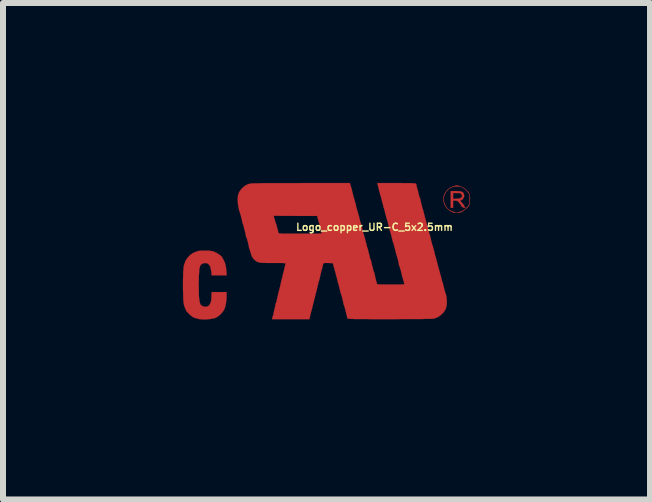
<source format=kicad_pcb>
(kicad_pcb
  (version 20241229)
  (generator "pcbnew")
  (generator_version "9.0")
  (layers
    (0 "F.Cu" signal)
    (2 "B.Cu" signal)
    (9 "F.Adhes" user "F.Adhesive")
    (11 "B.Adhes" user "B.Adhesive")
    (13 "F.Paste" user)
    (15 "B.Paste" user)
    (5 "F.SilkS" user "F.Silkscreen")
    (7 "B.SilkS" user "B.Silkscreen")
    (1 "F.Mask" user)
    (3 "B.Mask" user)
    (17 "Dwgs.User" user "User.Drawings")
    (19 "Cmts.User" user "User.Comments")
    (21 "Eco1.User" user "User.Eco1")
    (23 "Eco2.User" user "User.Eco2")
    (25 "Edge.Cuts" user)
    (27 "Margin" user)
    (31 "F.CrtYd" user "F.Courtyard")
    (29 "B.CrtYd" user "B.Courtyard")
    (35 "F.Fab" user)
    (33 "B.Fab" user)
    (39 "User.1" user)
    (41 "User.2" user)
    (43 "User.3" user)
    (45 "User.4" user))
  (footprint "Logo_copper_UR-C_5x2.5mm"
    (layer "F.Cu")
    (at 2.394 1.137)
    (property "Reference" "Logo_copper_UR-C_5x2.5mm" (at 0.8 -0.4 0) (layer "F.SilkS") (effects (font (size 0.119 0.119) (thickness 0.023))))
    (attr exclude_from_pos_files exclude_from_bom)
    (fp_poly (pts (xy 2.316 -0.729) (xy 2.311 -0.724) (xy 2.299 -0.724) (xy 2.281 -0.726) (xy 2.268 -0.732) (xy 2.266 -0.734) (xy 2.253 -0.749) (xy 2.243 -0.765) (xy 2.233 -0.782) (xy 2.217 -0.8) (xy 2.207 -0.813) (xy 2.189 -0.831) (xy 2.177 -0.838) (xy 2.162 -0.841) (xy 2.144 -0.841) (xy 2.111 -0.841) (xy 2.111 -0.782) (xy 2.111 -0.721) (xy 2.09 -0.721) (xy 2.07 -0.721) (xy 2.07 -0.861) (xy 2.07 -1.001) (xy 2.151 -1.001) (xy 2.195 -1.001) (xy 2.228 -0.998) (xy 2.253 -0.991) (xy 2.271 -0.983) (xy 2.283 -0.968) (xy 2.286 -0.963) (xy 2.296 -0.93) (xy 2.294 -0.902) (xy 2.276 -0.874) (xy 2.261 -0.859) (xy 2.261 -0.917) (xy 2.258 -0.937) (xy 2.248 -0.95) (xy 2.238 -0.96) (xy 2.228 -0.965) (xy 2.215 -0.968) (xy 2.195 -0.968) (xy 2.172 -0.968) (xy 2.111 -0.968) (xy 2.111 -0.919) (xy 2.111 -0.871) (xy 2.162 -0.874) (xy 2.189 -0.874) (xy 2.215 -0.879) (xy 2.23 -0.881) (xy 2.253 -0.899) (xy 2.261 -0.917) (xy 2.261 -0.859) (xy 2.245 -0.848) (xy 2.24 -0.846) (xy 2.233 -0.843) (xy 2.23 -0.838) (xy 2.235 -0.831) (xy 2.25 -0.815) (xy 2.253 -0.813) (xy 2.271 -0.792) (xy 2.286 -0.772) (xy 2.291 -0.759) (xy 2.301 -0.744) (xy 2.309 -0.737) (xy 2.316 -0.732) (xy 2.316 -0.729)) (stroke (width 0.003) (type solid)) (fill yes) (layer "F.Cu"))
    (fp_poly (pts (xy 2.393 -0.869) (xy 2.39 -0.823) (xy 2.385 -0.787) (xy 2.385 -0.861) (xy 2.385 -0.866) (xy 2.385 -0.899) (xy 2.385 -0.922) (xy 2.383 -0.937) (xy 2.377 -0.953) (xy 2.37 -0.965) (xy 2.367 -0.968) (xy 2.347 -0.993) (xy 2.322 -1.021) (xy 2.291 -1.046) (xy 2.261 -1.064) (xy 2.256 -1.067) (xy 2.23 -1.074) (xy 2.195 -1.077) (xy 2.156 -1.077) (xy 2.121 -1.074) (xy 2.088 -1.064) (xy 2.08 -1.062) (xy 2.04 -1.036) (xy 2.004 -1.001) (xy 1.976 -0.955) (xy 1.958 -0.904) (xy 1.953 -0.859) (xy 1.961 -0.813) (xy 1.981 -0.765) (xy 2.009 -0.721) (xy 2.019 -0.711) (xy 2.04 -0.691) (xy 2.068 -0.676) (xy 2.093 -0.663) (xy 2.116 -0.655) (xy 2.121 -0.655) (xy 2.134 -0.653) (xy 2.141 -0.65) (xy 2.149 -0.645) (xy 2.167 -0.643) (xy 2.174 -0.643) (xy 2.192 -0.645) (xy 2.205 -0.648) (xy 2.207 -0.65) (xy 2.215 -0.655) (xy 2.225 -0.655) (xy 2.248 -0.66) (xy 2.273 -0.676) (xy 2.304 -0.693) (xy 2.332 -0.719) (xy 2.355 -0.744) (xy 2.367 -0.762) (xy 2.375 -0.777) (xy 2.38 -0.79) (xy 2.383 -0.808) (xy 2.385 -0.828) (xy 2.385 -0.861) (xy 2.385 -0.787) (xy 2.375 -0.757) (xy 2.357 -0.732) (xy 2.332 -0.709) (xy 2.294 -0.681) (xy 2.286 -0.673) (xy 2.261 -0.658) (xy 2.243 -0.648) (xy 2.225 -0.643) (xy 2.202 -0.64) (xy 2.189 -0.64) (xy 2.164 -0.64) (xy 2.139 -0.64) (xy 2.123 -0.64) (xy 2.101 -0.648) (xy 2.073 -0.663) (xy 2.042 -0.683) (xy 2.019 -0.704) (xy 2.009 -0.711) (xy 1.984 -0.744) (xy 1.963 -0.785) (xy 1.951 -0.828) (xy 1.948 -0.843) (xy 1.948 -0.886) (xy 1.958 -0.93) (xy 1.979 -0.975) (xy 2.007 -1.013) (xy 2.019 -1.026) (xy 2.045 -1.046) (xy 2.073 -1.064) (xy 2.101 -1.077) (xy 2.121 -1.082) (xy 2.136 -1.085) (xy 2.141 -1.087) (xy 2.149 -1.092) (xy 2.167 -1.095) (xy 2.187 -1.095) (xy 2.202 -1.09) (xy 2.207 -1.087) (xy 2.223 -1.082) (xy 2.243 -1.077) (xy 2.245 -1.074) (xy 2.268 -1.064) (xy 2.296 -1.049) (xy 2.324 -1.026) (xy 2.349 -1.001) (xy 2.37 -0.978) (xy 2.377 -0.965) (xy 2.385 -0.95) (xy 2.388 -0.935) (xy 2.39 -0.912) (xy 2.393 -0.884) (xy 2.393 -0.869)) (stroke (width 0.003) (type solid)) (fill yes) (layer "F.Cu"))
    (fp_poly (pts (xy -1.664 0.404) (xy -1.791 0.404) (xy -1.915 0.404) (xy -1.92 0.348) (xy -1.928 0.302) (xy -1.938 0.262) (xy -1.956 0.231) (xy -1.976 0.211) (xy -1.986 0.206) (xy -2.022 0.198) (xy -2.052 0.203) (xy -2.08 0.216) (xy -2.101 0.236) (xy -2.106 0.246) (xy -2.113 0.272) (xy -2.121 0.307) (xy -2.123 0.358) (xy -2.129 0.417) (xy -2.129 0.485) (xy -2.131 0.556) (xy -2.129 0.635) (xy -2.129 0.704) (xy -2.126 0.762) (xy -2.121 0.808) (xy -2.116 0.843) (xy -2.108 0.871) (xy -2.101 0.889) (xy -2.093 0.899) (xy -2.068 0.917) (xy -2.037 0.927) (xy -2.004 0.927) (xy -1.984 0.922) (xy -1.966 0.912) (xy -1.951 0.894) (xy -1.941 0.876) (xy -1.938 0.869) (xy -1.933 0.856) (xy -1.93 0.853) (xy -1.928 0.846) (xy -1.923 0.828) (xy -1.92 0.798) (xy -1.92 0.767) (xy -1.915 0.683) (xy -1.791 0.683) (xy -1.666 0.683) (xy -1.666 0.744) (xy -1.666 0.79) (xy -1.671 0.838) (xy -1.679 0.884) (xy -1.687 0.925) (xy -1.694 0.945) (xy -1.714 0.991) (xy -1.748 1.034) (xy -1.786 1.072) (xy -1.829 1.102) (xy -1.839 1.107) (xy -1.864 1.118) (xy -1.9 1.125) (xy -1.943 1.133) (xy -1.989 1.138) (xy -2.035 1.14) (xy -2.078 1.138) (xy -2.113 1.135) (xy -2.123 1.133) (xy -2.154 1.125) (xy -2.184 1.118) (xy -2.21 1.107) (xy -2.23 1.1) (xy -2.238 1.092) (xy -2.238 1.09) (xy -2.248 1.082) (xy -2.253 1.082) (xy -2.261 1.077) (xy -2.273 1.064) (xy -2.291 1.049) (xy -2.309 1.029) (xy -2.327 1.011) (xy -2.337 0.998) (xy -2.342 0.988) (xy -2.344 0.98) (xy -2.352 0.963) (xy -2.355 0.958) (xy -2.362 0.94) (xy -2.365 0.93) (xy -2.367 0.93) (xy -2.37 0.919) (xy -2.37 0.914) (xy -2.377 0.897) (xy -2.38 0.874) (xy -2.385 0.846) (xy -2.388 0.808) (xy -2.39 0.762) (xy -2.39 0.704) (xy -2.393 0.638) (xy -2.393 0.566) (xy -2.393 0.483) (xy -2.39 0.411) (xy -2.39 0.351) (xy -2.385 0.302) (xy -2.383 0.264) (xy -2.377 0.239) (xy -2.372 0.221) (xy -2.37 0.216) (xy -2.367 0.206) (xy -2.365 0.206) (xy -2.355 0.17) (xy -2.332 0.132) (xy -2.304 0.097) (xy -2.273 0.064) (xy -2.24 0.041) (xy -2.228 0.033) (xy -2.195 0.018) (xy -2.172 0.008) (xy -2.156 0.003) (xy -2.154 0.003) (xy -2.141 0) (xy -2.134 -0.003) (xy -2.121 -0.005) (xy -2.098 -0.008) (xy -2.068 -0.008) (xy -2.037 -0.008) (xy -2.002 -0.008) (xy -1.971 -0.008) (xy -1.946 -0.005) (xy -1.928 -0.003) (xy -1.923 0) (xy -1.913 0.003) (xy -1.908 0) (xy -1.9 0) (xy -1.89 0.003) (xy -1.875 0.01) (xy -1.854 0.02) (xy -1.836 0.028) (xy -1.814 0.041) (xy -1.791 0.056) (xy -1.77 0.071) (xy -1.753 0.086) (xy -1.74 0.099) (xy -1.737 0.107) (xy -1.735 0.114) (xy -1.727 0.13) (xy -1.717 0.145) (xy -1.694 0.193) (xy -1.679 0.251) (xy -1.669 0.32) (xy -1.669 0.335) (xy -1.664 0.404)) (stroke (width 0.003) (type solid)) (fill yes) (layer "F.Cu"))
    (fp_poly (pts (xy 2.007 0.841) (xy 2.004 0.899) (xy 1.991 0.953) (xy 1.976 0.986) (xy 1.943 1.031) (xy 1.902 1.069) (xy 1.854 1.102) (xy 1.801 1.123) (xy 1.775 1.128) (xy 1.763 1.128) (xy 1.735 1.13) (xy 1.699 1.13) (xy 1.648 1.13) (xy 1.59 1.133) (xy 1.519 1.133) (xy 1.44 1.133) (xy 1.351 1.133) (xy 1.255 1.133) (xy 1.151 1.135) (xy 1.049 1.135) (xy 0.937 1.135) (xy 0.838 1.135) (xy 0.749 1.135) (xy 0.673 1.133) (xy 0.607 1.133) (xy 0.551 1.133) (xy 0.503 1.133) (xy 0.462 1.133) (xy 0.429 1.13) (xy 0.404 1.13) (xy 0.384 1.128) (xy 0.368 1.128) (xy 0.358 1.125) (xy 0.351 1.123) (xy 0.348 1.12) (xy 0.345 1.118) (xy 0.343 1.113) (xy 0.343 1.107) (xy 0.343 1.097) (xy 0.338 1.074) (xy 0.33 1.046) (xy 0.323 1.016) (xy 0.315 0.983) (xy 0.307 0.953) (xy 0.3 0.93) (xy 0.295 0.912) (xy 0.287 0.894) (xy 0.284 0.884) (xy 0.284 0.881) (xy 0.282 0.871) (xy 0.279 0.851) (xy 0.272 0.823) (xy 0.264 0.795) (xy 0.259 0.767) (xy 0.251 0.742) (xy 0.246 0.724) (xy 0.244 0.719) (xy 0.239 0.706) (xy 0.231 0.681) (xy 0.224 0.648) (xy 0.213 0.607) (xy 0.203 0.561) (xy 0.198 0.541) (xy 0.193 0.528) (xy 0.191 0.523) (xy 0.185 0.518) (xy 0.185 0.511) (xy 0.185 0.495) (xy 0.183 0.49) (xy 0.18 0.48) (xy 0.175 0.46) (xy 0.168 0.432) (xy 0.16 0.404) (xy 0.152 0.373) (xy 0.147 0.348) (xy 0.14 0.328) (xy 0.137 0.32) (xy 0.132 0.31) (xy 0.135 0.305) (xy 0.135 0.297) (xy 0.132 0.297) (xy 0.13 0.29) (xy 0.124 0.272) (xy 0.117 0.249) (xy 0.107 0.201) (xy 0.028 0.198) (xy -0.005 0.198) (xy -0.028 0.198) (xy -0.043 0.201) (xy -0.051 0.208) (xy -0.058 0.221) (xy -0.061 0.241) (xy -0.066 0.262) (xy -0.071 0.282) (xy -0.076 0.297) (xy -0.076 0.3) (xy -0.076 -0.295) (xy -0.084 -0.305) (xy -0.084 -0.307) (xy -0.086 -0.32) (xy -0.091 -0.34) (xy -0.097 -0.368) (xy -0.104 -0.399) (xy -0.112 -0.429) (xy -0.119 -0.457) (xy -0.127 -0.48) (xy -0.132 -0.493) (xy -0.132 -0.495) (xy -0.137 -0.508) (xy -0.135 -0.513) (xy -0.135 -0.521) (xy -0.137 -0.523) (xy -0.142 -0.528) (xy -0.147 -0.544) (xy -0.15 -0.554) (xy -0.155 -0.587) (xy -0.518 -0.587) (xy -0.881 -0.589) (xy -0.864 -0.526) (xy -0.856 -0.498) (xy -0.848 -0.475) (xy -0.843 -0.46) (xy -0.843 -0.457) (xy -0.838 -0.45) (xy -0.833 -0.432) (xy -0.831 -0.417) (xy -0.823 -0.389) (xy -0.813 -0.356) (xy -0.81 -0.343) (xy -0.805 -0.323) (xy -0.8 -0.305) (xy -0.798 -0.3) (xy -0.795 -0.297) (xy -0.787 -0.295) (xy -0.77 -0.295) (xy -0.747 -0.292) (xy -0.716 -0.292) (xy -0.676 -0.292) (xy -0.625 -0.292) (xy -0.564 -0.292) (xy -0.49 -0.292) (xy -0.432 -0.292) (xy -0.363 -0.292) (xy -0.3 -0.292) (xy -0.244 -0.292) (xy -0.193 -0.292) (xy -0.15 -0.292) (xy -0.114 -0.295) (xy -0.091 -0.295) (xy -0.079 -0.295) (xy -0.076 -0.295) (xy -0.076 0.3) (xy -0.079 0.305) (xy -0.081 0.312) (xy -0.086 0.33) (xy -0.091 0.356) (xy -0.099 0.389) (xy -0.104 0.411) (xy -0.112 0.445) (xy -0.119 0.478) (xy -0.127 0.5) (xy -0.132 0.516) (xy -0.135 0.518) (xy -0.137 0.526) (xy -0.137 0.531) (xy -0.135 0.544) (xy -0.137 0.546) (xy -0.142 0.556) (xy -0.147 0.574) (xy -0.152 0.602) (xy -0.16 0.632) (xy -0.16 0.635) (xy -0.168 0.668) (xy -0.175 0.696) (xy -0.18 0.714) (xy -0.185 0.724) (xy -0.188 0.737) (xy -0.185 0.739) (xy -0.188 0.752) (xy -0.191 0.757) (xy -0.193 0.767) (xy -0.198 0.787) (xy -0.206 0.813) (xy -0.213 0.846) (xy -0.218 0.861) (xy -0.226 0.897) (xy -0.234 0.927) (xy -0.239 0.953) (xy -0.244 0.968) (xy -0.244 0.973) (xy -0.249 0.983) (xy -0.254 1.006) (xy -0.262 1.031) (xy -0.264 1.044) (xy -0.272 1.072) (xy -0.277 1.097) (xy -0.279 1.115) (xy -0.282 1.12) (xy -0.284 1.135) (xy -0.597 1.135) (xy -0.909 1.135) (xy -0.904 1.113) (xy -0.899 1.095) (xy -0.894 1.085) (xy -0.892 1.077) (xy -0.886 1.057) (xy -0.881 1.029) (xy -0.874 0.996) (xy -0.864 0.96) (xy -0.856 0.922) (xy -0.851 0.894) (xy -0.848 0.879) (xy -0.843 0.866) (xy -0.838 0.856) (xy -0.833 0.838) (xy -0.828 0.81) (xy -0.82 0.777) (xy -0.815 0.759) (xy -0.808 0.724) (xy -0.8 0.691) (xy -0.795 0.665) (xy -0.79 0.65) (xy -0.787 0.645) (xy -0.785 0.635) (xy -0.78 0.615) (xy -0.772 0.584) (xy -0.765 0.551) (xy -0.762 0.536) (xy -0.754 0.5) (xy -0.747 0.47) (xy -0.739 0.445) (xy -0.737 0.429) (xy -0.734 0.424) (xy -0.729 0.411) (xy -0.732 0.406) (xy -0.732 0.399) (xy -0.729 0.394) (xy -0.726 0.386) (xy -0.721 0.366) (xy -0.714 0.34) (xy -0.706 0.307) (xy -0.706 0.305) (xy -0.699 0.272) (xy -0.691 0.244) (xy -0.686 0.224) (xy -0.683 0.213) (xy -0.681 0.213) (xy -0.678 0.206) (xy -0.681 0.203) (xy -0.688 0.201) (xy -0.706 0.201) (xy -0.737 0.198) (xy -0.775 0.198) (xy -0.818 0.198) (xy -0.866 0.198) (xy -0.886 0.198) (xy -0.937 0.198) (xy -0.988 0.198) (xy -1.031 0.196) (xy -1.069 0.196) (xy -1.1 0.193) (xy -1.118 0.191) (xy -1.12 0.191) (xy -1.156 0.178) (xy -1.191 0.155) (xy -1.222 0.124) (xy -1.245 0.086) (xy -1.26 0.048) (xy -1.262 0.033) (xy -1.267 0.015) (xy -1.273 0.005) (xy -1.273 0.003) (xy -1.278 -0.003) (xy -1.275 -0.013) (xy -1.275 -0.023) (xy -1.278 -0.025) (xy -1.285 -0.03) (xy -1.288 -0.046) (xy -1.29 -0.046) (xy -1.295 -0.074) (xy -1.3 -0.104) (xy -1.308 -0.137) (xy -1.316 -0.168) (xy -1.323 -0.193) (xy -1.328 -0.211) (xy -1.333 -0.221) (xy -1.339 -0.231) (xy -1.344 -0.249) (xy -1.344 -0.251) (xy -1.349 -0.282) (xy -1.356 -0.318) (xy -1.367 -0.351) (xy -1.374 -0.381) (xy -1.379 -0.406) (xy -1.384 -0.424) (xy -1.387 -0.427) (xy -1.389 -0.439) (xy -1.397 -0.46) (xy -1.405 -0.488) (xy -1.412 -0.521) (xy -1.412 -0.531) (xy -1.422 -0.564) (xy -1.43 -0.597) (xy -1.438 -0.622) (xy -1.443 -0.638) (xy -1.443 -0.64) (xy -1.453 -0.668) (xy -1.463 -0.706) (xy -1.471 -0.752) (xy -1.478 -0.795) (xy -1.481 -0.838) (xy -1.481 -0.861) (xy -1.478 -0.917) (xy -1.466 -0.963) (xy -1.445 -1.003) (xy -1.412 -1.044) (xy -1.407 -1.049) (xy -1.364 -1.087) (xy -1.316 -1.113) (xy -1.26 -1.128) (xy -1.257 -1.128) (xy -1.245 -1.128) (xy -1.219 -1.13) (xy -1.181 -1.13) (xy -1.13 -1.13) (xy -1.067 -1.133) (xy -0.996 -1.133) (xy -0.912 -1.133) (xy -0.815 -1.133) (xy -0.714 -1.133) (xy -0.599 -1.133) (xy -0.478 -1.133) (xy -0.411 -1.135) (xy 0.391 -1.135) (xy 0.394 -1.115) (xy 0.399 -1.1) (xy 0.404 -1.092) (xy 0.406 -1.079) (xy 0.406 -1.077) (xy 0.411 -1.067) (xy 0.411 -1.062) (xy 0.414 -1.052) (xy 0.422 -1.031) (xy 0.427 -1.003) (xy 0.434 -0.97) (xy 0.437 -0.965) (xy 0.445 -0.932) (xy 0.452 -0.902) (xy 0.46 -0.879) (xy 0.462 -0.866) (xy 0.465 -0.866) (xy 0.467 -0.853) (xy 0.472 -0.833) (xy 0.48 -0.805) (xy 0.49 -0.772) (xy 0.49 -0.765) (xy 0.498 -0.732) (xy 0.505 -0.704) (xy 0.513 -0.681) (xy 0.516 -0.668) (xy 0.516 -0.665) (xy 0.521 -0.655) (xy 0.526 -0.632) (xy 0.533 -0.605) (xy 0.544 -0.572) (xy 0.544 -0.569) (xy 0.551 -0.536) (xy 0.559 -0.508) (xy 0.564 -0.485) (xy 0.569 -0.475) (xy 0.569 -0.472) (xy 0.574 -0.462) (xy 0.579 -0.442) (xy 0.587 -0.414) (xy 0.594 -0.386) (xy 0.599 -0.356) (xy 0.607 -0.333) (xy 0.61 -0.315) (xy 0.61 -0.31) (xy 0.612 -0.3) (xy 0.62 -0.284) (xy 0.62 -0.282) (xy 0.625 -0.267) (xy 0.632 -0.244) (xy 0.64 -0.213) (xy 0.648 -0.178) (xy 0.65 -0.175) (xy 0.658 -0.142) (xy 0.665 -0.114) (xy 0.671 -0.091) (xy 0.673 -0.079) (xy 0.678 -0.066) (xy 0.681 -0.061) (xy 0.683 -0.051) (xy 0.686 -0.046) (xy 0.688 -0.036) (xy 0.693 -0.015) (xy 0.699 0.01) (xy 0.706 0.036) (xy 0.714 0.066) (xy 0.719 0.091) (xy 0.724 0.109) (xy 0.726 0.119) (xy 0.729 0.132) (xy 0.729 0.137) (xy 0.734 0.145) (xy 0.737 0.145) (xy 0.742 0.15) (xy 0.742 0.155) (xy 0.744 0.165) (xy 0.749 0.188) (xy 0.754 0.213) (xy 0.762 0.244) (xy 0.77 0.274) (xy 0.777 0.302) (xy 0.782 0.325) (xy 0.787 0.338) (xy 0.787 0.34) (xy 0.792 0.348) (xy 0.798 0.368) (xy 0.805 0.396) (xy 0.813 0.429) (xy 0.815 0.445) (xy 0.823 0.478) (xy 0.831 0.508) (xy 0.838 0.531) (xy 0.843 0.546) (xy 0.843 0.549) (xy 0.848 0.551) (xy 0.861 0.554) (xy 0.879 0.554) (xy 0.907 0.556) (xy 0.945 0.556) (xy 0.996 0.556) (xy 1.054 0.556) (xy 1.074 0.556) (xy 1.135 0.556) (xy 1.186 0.556) (xy 1.224 0.556) (xy 1.252 0.556) (xy 1.273 0.554) (xy 1.285 0.554) (xy 1.293 0.551) (xy 1.298 0.549) (xy 1.298 0.546) (xy 1.293 0.531) (xy 1.29 0.513) (xy 1.285 0.498) (xy 1.28 0.488) (xy 1.278 0.478) (xy 1.273 0.46) (xy 1.265 0.432) (xy 1.257 0.401) (xy 1.255 0.391) (xy 1.247 0.358) (xy 1.24 0.328) (xy 1.234 0.305) (xy 1.229 0.292) (xy 1.224 0.277) (xy 1.224 0.274) (xy 1.222 0.264) (xy 1.214 0.249) (xy 1.209 0.234) (xy 1.206 0.224) (xy 1.206 0.213) (xy 1.201 0.193) (xy 1.196 0.168) (xy 1.189 0.137) (xy 1.181 0.109) (xy 1.173 0.084) (xy 1.168 0.069) (xy 1.168 0.061) (xy 1.163 0.051) (xy 1.158 0.028) (xy 1.151 0.003) (xy 1.143 -0.028) (xy 1.135 -0.058) (xy 1.128 -0.086) (xy 1.123 -0.109) (xy 1.12 -0.119) (xy 1.12 -0.122) (xy 1.118 -0.13) (xy 1.115 -0.132) (xy 1.113 -0.137) (xy 1.107 -0.152) (xy 1.102 -0.17) (xy 1.09 -0.224) (xy 1.079 -0.267) (xy 1.069 -0.3) (xy 1.064 -0.32) (xy 1.062 -0.328) (xy 1.057 -0.338) (xy 1.052 -0.361) (xy 1.044 -0.389) (xy 1.036 -0.422) (xy 1.034 -0.427) (xy 1.026 -0.46) (xy 1.019 -0.49) (xy 1.013 -0.513) (xy 1.008 -0.526) (xy 1.003 -0.538) (xy 0.998 -0.559) (xy 0.991 -0.587) (xy 0.983 -0.62) (xy 0.98 -0.625) (xy 0.973 -0.658) (xy 0.965 -0.686) (xy 0.96 -0.709) (xy 0.955 -0.719) (xy 0.953 -0.721) (xy 0.95 -0.734) (xy 0.95 -0.739) (xy 0.95 -0.749) (xy 0.947 -0.754) (xy 0.945 -0.762) (xy 0.94 -0.78) (xy 0.932 -0.805) (xy 0.925 -0.836) (xy 0.917 -0.866) (xy 0.912 -0.892) (xy 0.907 -0.909) (xy 0.902 -0.919) (xy 0.899 -0.93) (xy 0.899 -0.932) (xy 0.894 -0.942) (xy 0.894 -0.947) (xy 0.892 -0.958) (xy 0.886 -0.978) (xy 0.879 -1.003) (xy 0.871 -1.036) (xy 0.864 -1.067) (xy 0.856 -1.097) (xy 0.851 -1.12) (xy 0.848 -1.135) (xy 1.163 -1.135) (xy 1.24 -1.135) (xy 1.3 -1.133) (xy 1.351 -1.133) (xy 1.392 -1.133) (xy 1.425 -1.133) (xy 1.45 -1.13) (xy 1.468 -1.13) (xy 1.478 -1.128) (xy 1.486 -1.128) (xy 1.491 -1.125) (xy 1.499 -1.113) (xy 1.499 -1.105) (xy 1.501 -1.092) (xy 1.501 -1.087) (xy 1.504 -1.077) (xy 1.509 -1.057) (xy 1.516 -1.031) (xy 1.524 -1.006) (xy 1.532 -0.975) (xy 1.537 -0.95) (xy 1.542 -0.932) (xy 1.544 -0.925) (xy 1.547 -0.912) (xy 1.547 -0.907) (xy 1.549 -0.897) (xy 1.552 -0.894) (xy 1.56 -0.889) (xy 1.56 -0.884) (xy 1.562 -0.874) (xy 1.565 -0.853) (xy 1.572 -0.826) (xy 1.58 -0.795) (xy 1.587 -0.765) (xy 1.595 -0.737) (xy 1.6 -0.714) (xy 1.605 -0.701) (xy 1.605 -0.699) (xy 1.61 -0.688) (xy 1.615 -0.665) (xy 1.623 -0.638) (xy 1.631 -0.605) (xy 1.633 -0.599) (xy 1.641 -0.566) (xy 1.648 -0.538) (xy 1.654 -0.516) (xy 1.659 -0.503) (xy 1.661 -0.493) (xy 1.666 -0.472) (xy 1.674 -0.445) (xy 1.681 -0.411) (xy 1.687 -0.401) (xy 1.694 -0.366) (xy 1.702 -0.338) (xy 1.707 -0.318) (xy 1.709 -0.305) (xy 1.712 -0.305) (xy 1.714 -0.297) (xy 1.72 -0.279) (xy 1.727 -0.257) (xy 1.732 -0.229) (xy 1.74 -0.201) (xy 1.745 -0.175) (xy 1.75 -0.155) (xy 1.753 -0.145) (xy 1.755 -0.135) (xy 1.76 -0.117) (xy 1.765 -0.102) (xy 1.773 -0.079) (xy 1.781 -0.048) (xy 1.791 -0.013) (xy 1.796 0.003) (xy 1.803 0.038) (xy 1.811 0.069) (xy 1.819 0.094) (xy 1.824 0.112) (xy 1.824 0.114) (xy 1.829 0.127) (xy 1.834 0.147) (xy 1.841 0.175) (xy 1.849 0.208) (xy 1.852 0.216) (xy 1.859 0.249) (xy 1.867 0.277) (xy 1.875 0.3) (xy 1.877 0.312) (xy 1.877 0.315) (xy 1.882 0.325) (xy 1.887 0.348) (xy 1.895 0.376) (xy 1.902 0.406) (xy 1.905 0.411) (xy 1.913 0.442) (xy 1.92 0.472) (xy 1.925 0.493) (xy 1.93 0.505) (xy 1.935 0.518) (xy 1.941 0.538) (xy 1.948 0.569) (xy 1.956 0.602) (xy 1.958 0.61) (xy 1.966 0.643) (xy 1.974 0.671) (xy 1.981 0.693) (xy 1.984 0.706) (xy 1.989 0.716) (xy 1.994 0.734) (xy 1.999 0.759) (xy 2.002 0.777) (xy 2.007 0.841)) (stroke (width 0.003) (type solid)) (fill yes) (layer "F.Cu")))
  (gr_rect
    (start -3 -3)
    (end 7.788 5.278)
    (stroke (width 0.1) (type default))
    (fill no)
    (layer "Edge.Cuts")))
</source>
